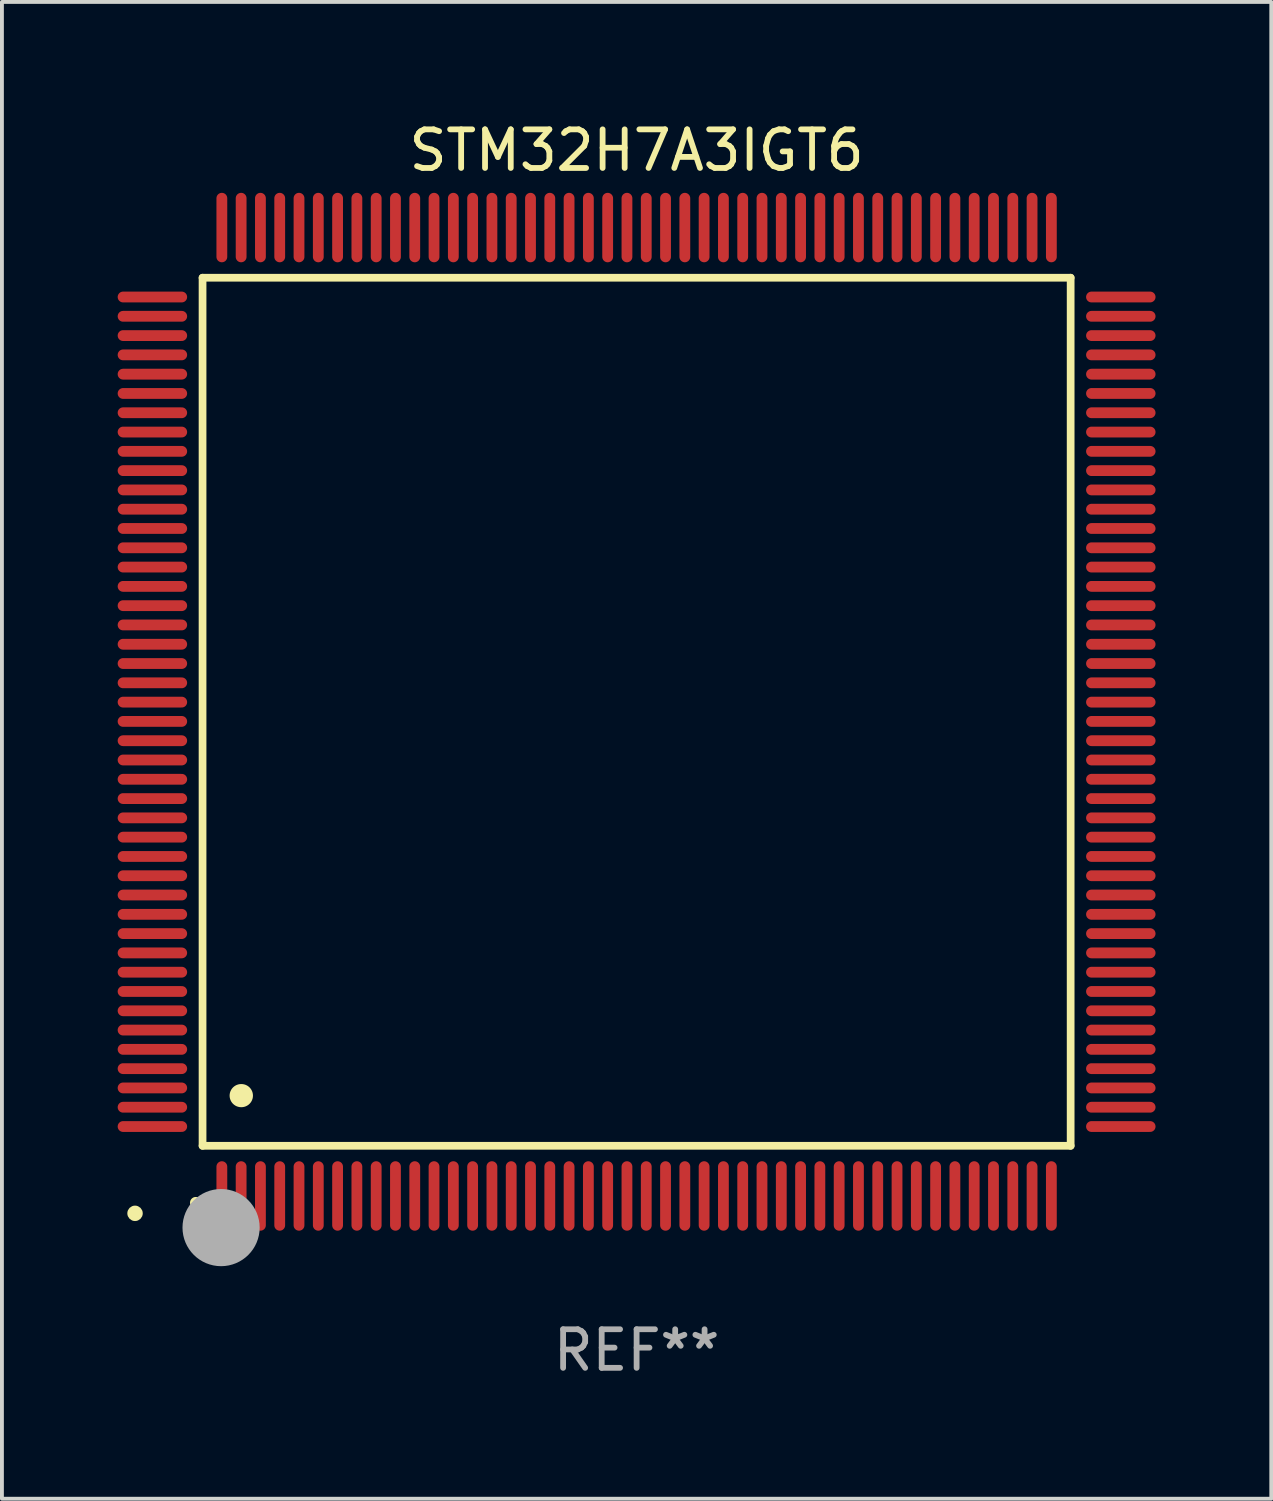
<source format=kicad_pcb>
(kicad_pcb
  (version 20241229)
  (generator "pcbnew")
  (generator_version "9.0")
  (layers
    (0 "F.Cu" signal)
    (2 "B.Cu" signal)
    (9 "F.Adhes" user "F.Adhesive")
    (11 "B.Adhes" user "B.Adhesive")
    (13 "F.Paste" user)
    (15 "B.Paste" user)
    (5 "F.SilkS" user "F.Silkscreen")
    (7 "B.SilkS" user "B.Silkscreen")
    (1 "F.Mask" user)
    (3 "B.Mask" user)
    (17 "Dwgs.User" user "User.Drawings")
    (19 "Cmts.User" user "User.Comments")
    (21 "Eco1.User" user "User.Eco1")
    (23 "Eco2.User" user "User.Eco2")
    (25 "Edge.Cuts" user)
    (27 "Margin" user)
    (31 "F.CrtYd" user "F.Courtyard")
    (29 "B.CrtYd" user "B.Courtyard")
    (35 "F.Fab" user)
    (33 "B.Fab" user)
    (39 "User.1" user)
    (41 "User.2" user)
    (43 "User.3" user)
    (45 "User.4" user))
  (footprint "STM32H7A3IGT6"
    (layer "F.Cu")
    (at 13.45 15.398)
    (property "Reference" "STM32H7A3IGT6" (at 0 -14.55 0) (layer "F.SilkS") (effects (font (size 1 1) (thickness 0.15))))
    (attr through_hole)
    (fp_line (start -11.25 -11.25) (end 11.25 -11.25) (stroke (width 0.2) (type solid)) (layer "F.SilkS"))
    (fp_line (start -11.25 11.25) (end -11.25 -11.25) (stroke (width 0.2) (type solid)) (layer "F.SilkS"))
    (fp_line (start 11.25 -11.25) (end 11.25 11.25) (stroke (width 0.2) (type solid)) (layer "F.SilkS"))
    (fp_line (start 11.25 11.25) (end -11.25 11.25) (stroke (width 0.2) (type solid)) (layer "F.SilkS"))
    (fp_arc (start -11.424943 12.725425) (mid -11.423673 12.72542) (end -11.422403 12.725425) (stroke (width 0.3) (type solid)) (layer "F.SilkS"))
    (fp_arc (start -10.24892 9.9492) (mid -10.24638 9.949189) (end -10.24384 9.9492) (stroke (width 0.6) (type solid)) (layer "F.SilkS"))
    (fp_circle (center -13 13) (end -12.9 13) (stroke (width 0.2) (type solid)) (fill no) (layer "F.SilkS"))
    (fp_circle (center -10.77 13.37) (end -10.27 13.37) (stroke (width 1) (type solid)) (fill no) (layer "F.Fab"))
    (fp_text user "REF**" (at 0 16.55 0) (layer "F.Fab") (effects (font (size 1 1) (thickness 0.15))))
    (pad "1" smd oval (at -10.75 12.55) (size 0.28 1.8) (layers "F.Cu" "F.Mask" "F.Paste"))
    (pad "2" smd oval (at -10.25 12.55) (size 0.28 1.8) (layers "F.Cu" "F.Mask" "F.Paste"))
    (pad "3" smd oval (at -9.75 12.55) (size 0.28 1.8) (layers "F.Cu" "F.Mask" "F.Paste"))
    (pad "4" smd oval (at -9.25 12.55) (size 0.28 1.8) (layers "F.Cu" "F.Mask" "F.Paste"))
    (pad "5" smd oval (at -8.75 12.55) (size 0.28 1.8) (layers "F.Cu" "F.Mask" "F.Paste"))
    (pad "6" smd oval (at -8.25 12.55) (size 0.28 1.8) (layers "F.Cu" "F.Mask" "F.Paste"))
    (pad "7" smd oval (at -7.75 12.55) (size 0.28 1.8) (layers "F.Cu" "F.Mask" "F.Paste"))
    (pad "8" smd oval (at -7.25 12.55) (size 0.28 1.8) (layers "F.Cu" "F.Mask" "F.Paste"))
    (pad "9" smd oval (at -6.75 12.55) (size 0.28 1.8) (layers "F.Cu" "F.Mask" "F.Paste"))
    (pad "10" smd oval (at -6.25 12.55) (size 0.28 1.8) (layers "F.Cu" "F.Mask" "F.Paste"))
    (pad "11" smd oval (at -5.75 12.55) (size 0.28 1.8) (layers "F.Cu" "F.Mask" "F.Paste"))
    (pad "12" smd oval (at -5.25 12.55) (size 0.28 1.8) (layers "F.Cu" "F.Mask" "F.Paste"))
    (pad "13" smd oval (at -4.75 12.55) (size 0.28 1.8) (layers "F.Cu" "F.Mask" "F.Paste"))
    (pad "14" smd oval (at -4.25 12.55) (size 0.28 1.8) (layers "F.Cu" "F.Mask" "F.Paste"))
    (pad "15" smd oval (at -3.75 12.55) (size 0.28 1.8) (layers "F.Cu" "F.Mask" "F.Paste"))
    (pad "16" smd oval (at -3.25 12.55) (size 0.28 1.8) (layers "F.Cu" "F.Mask" "F.Paste"))
    (pad "17" smd oval (at -2.75 12.55) (size 0.28 1.8) (layers "F.Cu" "F.Mask" "F.Paste"))
    (pad "18" smd oval (at -2.25 12.55) (size 0.28 1.8) (layers "F.Cu" "F.Mask" "F.Paste"))
    (pad "19" smd oval (at -1.75 12.55) (size 0.28 1.8) (layers "F.Cu" "F.Mask" "F.Paste"))
    (pad "20" smd oval (at -1.25 12.55) (size 0.28 1.8) (layers "F.Cu" "F.Mask" "F.Paste"))
    (pad "21" smd oval (at -0.75 12.55) (size 0.28 1.8) (layers "F.Cu" "F.Mask" "F.Paste"))
    (pad "22" smd oval (at -0.25 12.55) (size 0.28 1.8) (layers "F.Cu" "F.Mask" "F.Paste"))
    (pad "23" smd oval (at 0.25 12.55) (size 0.28 1.8) (layers "F.Cu" "F.Mask" "F.Paste"))
    (pad "24" smd oval (at 0.75 12.55) (size 0.28 1.8) (layers "F.Cu" "F.Mask" "F.Paste"))
    (pad "25" smd oval (at 1.25 12.55) (size 0.28 1.8) (layers "F.Cu" "F.Mask" "F.Paste"))
    (pad "26" smd oval (at 1.75 12.55) (size 0.28 1.8) (layers "F.Cu" "F.Mask" "F.Paste"))
    (pad "27" smd oval (at 2.25 12.55) (size 0.28 1.8) (layers "F.Cu" "F.Mask" "F.Paste"))
    (pad "28" smd oval (at 2.75 12.55) (size 0.28 1.8) (layers "F.Cu" "F.Mask" "F.Paste"))
    (pad "29" smd oval (at 3.25 12.55) (size 0.28 1.8) (layers "F.Cu" "F.Mask" "F.Paste"))
    (pad "30" smd oval (at 3.75 12.55) (size 0.28 1.8) (layers "F.Cu" "F.Mask" "F.Paste"))
    (pad "31" smd oval (at 4.25 12.55) (size 0.28 1.8) (layers "F.Cu" "F.Mask" "F.Paste"))
    (pad "32" smd oval (at 4.75 12.55) (size 0.28 1.8) (layers "F.Cu" "F.Mask" "F.Paste"))
    (pad "33" smd oval (at 5.25 12.55) (size 0.28 1.8) (layers "F.Cu" "F.Mask" "F.Paste"))
    (pad "34" smd oval (at 5.75 12.55) (size 0.28 1.8) (layers "F.Cu" "F.Mask" "F.Paste"))
    (pad "35" smd oval (at 6.25 12.55) (size 0.28 1.8) (layers "F.Cu" "F.Mask" "F.Paste"))
    (pad "36" smd oval (at 6.75 12.55) (size 0.28 1.8) (layers "F.Cu" "F.Mask" "F.Paste"))
    (pad "37" smd oval (at 7.25 12.55) (size 0.28 1.8) (layers "F.Cu" "F.Mask" "F.Paste"))
    (pad "38" smd oval (at 7.75 12.55) (size 0.28 1.8) (layers "F.Cu" "F.Mask" "F.Paste"))
    (pad "39" smd oval (at 8.25 12.55) (size 0.28 1.8) (layers "F.Cu" "F.Mask" "F.Paste"))
    (pad "40" smd oval (at 8.75 12.55) (size 0.28 1.8) (layers "F.Cu" "F.Mask" "F.Paste"))
    (pad "41" smd oval (at 9.25 12.55) (size 0.28 1.8) (layers "F.Cu" "F.Mask" "F.Paste"))
    (pad "42" smd oval (at 9.75 12.55) (size 0.28 1.8) (layers "F.Cu" "F.Mask" "F.Paste"))
    (pad "43" smd oval (at 10.25 12.55) (size 0.28 1.8) (layers "F.Cu" "F.Mask" "F.Paste"))
    (pad "44" smd oval (at 10.75 12.55) (size 0.28 1.8) (layers "F.Cu" "F.Mask" "F.Paste"))
    (pad "45" smd oval (at 12.55 10.75) (size 1.8 0.28) (layers "F.Cu" "F.Mask" "F.Paste"))
    (pad "46" smd oval (at 12.55 10.25) (size 1.8 0.28) (layers "F.Cu" "F.Mask" "F.Paste"))
    (pad "47" smd oval (at 12.55 9.75) (size 1.8 0.28) (layers "F.Cu" "F.Mask" "F.Paste"))
    (pad "48" smd oval (at 12.55 9.25) (size 1.8 0.28) (layers "F.Cu" "F.Mask" "F.Paste"))
    (pad "49" smd oval (at 12.55 8.75) (size 1.8 0.28) (layers "F.Cu" "F.Mask" "F.Paste"))
    (pad "50" smd oval (at 12.55 8.25) (size 1.8 0.28) (layers "F.Cu" "F.Mask" "F.Paste"))
    (pad "51" smd oval (at 12.55 7.75) (size 1.8 0.28) (layers "F.Cu" "F.Mask" "F.Paste"))
    (pad "52" smd oval (at 12.55 7.25) (size 1.8 0.28) (layers "F.Cu" "F.Mask" "F.Paste"))
    (pad "53" smd oval (at 12.55 6.75) (size 1.8 0.28) (layers "F.Cu" "F.Mask" "F.Paste"))
    (pad "54" smd oval (at 12.55 6.25) (size 1.8 0.28) (layers "F.Cu" "F.Mask" "F.Paste"))
    (pad "55" smd oval (at 12.55 5.75) (size 1.8 0.28) (layers "F.Cu" "F.Mask" "F.Paste"))
    (pad "56" smd oval (at 12.55 5.25) (size 1.8 0.28) (layers "F.Cu" "F.Mask" "F.Paste"))
    (pad "57" smd oval (at 12.55 4.75) (size 1.8 0.28) (layers "F.Cu" "F.Mask" "F.Paste"))
    (pad "58" smd oval (at 12.55 4.25) (size 1.8 0.28) (layers "F.Cu" "F.Mask" "F.Paste"))
    (pad "59" smd oval (at 12.55 3.75) (size 1.8 0.28) (layers "F.Cu" "F.Mask" "F.Paste"))
    (pad "60" smd oval (at 12.55 3.25) (size 1.8 0.28) (layers "F.Cu" "F.Mask" "F.Paste"))
    (pad "61" smd oval (at 12.55 2.75) (size 1.8 0.28) (layers "F.Cu" "F.Mask" "F.Paste"))
    (pad "62" smd oval (at 12.55 2.25) (size 1.8 0.28) (layers "F.Cu" "F.Mask" "F.Paste"))
    (pad "63" smd oval (at 12.55 1.75) (size 1.8 0.28) (layers "F.Cu" "F.Mask" "F.Paste"))
    (pad "64" smd oval (at 12.55 1.25) (size 1.8 0.28) (layers "F.Cu" "F.Mask" "F.Paste"))
    (pad "65" smd oval (at 12.55 0.75) (size 1.8 0.28) (layers "F.Cu" "F.Mask" "F.Paste"))
    (pad "66" smd oval (at 12.55 0.25) (size 1.8 0.28) (layers "F.Cu" "F.Mask" "F.Paste"))
    (pad "67" smd oval (at 12.55 -0.25) (size 1.8 0.28) (layers "F.Cu" "F.Mask" "F.Paste"))
    (pad "68" smd oval (at 12.55 -0.75) (size 1.8 0.28) (layers "F.Cu" "F.Mask" "F.Paste"))
    (pad "69" smd oval (at 12.55 -1.25) (size 1.8 0.28) (layers "F.Cu" "F.Mask" "F.Paste"))
    (pad "70" smd oval (at 12.55 -1.75) (size 1.8 0.28) (layers "F.Cu" "F.Mask" "F.Paste"))
    (pad "71" smd oval (at 12.55 -2.25) (size 1.8 0.28) (layers "F.Cu" "F.Mask" "F.Paste"))
    (pad "72" smd oval (at 12.55 -2.75) (size 1.8 0.28) (layers "F.Cu" "F.Mask" "F.Paste"))
    (pad "73" smd oval (at 12.55 -3.25) (size 1.8 0.28) (layers "F.Cu" "F.Mask" "F.Paste"))
    (pad "74" smd oval (at 12.55 -3.75) (size 1.8 0.28) (layers "F.Cu" "F.Mask" "F.Paste"))
    (pad "75" smd oval (at 12.55 -4.25) (size 1.8 0.28) (layers "F.Cu" "F.Mask" "F.Paste"))
    (pad "76" smd oval (at 12.55 -4.75) (size 1.8 0.28) (layers "F.Cu" "F.Mask" "F.Paste"))
    (pad "77" smd oval (at 12.55 -5.25) (size 1.8 0.28) (layers "F.Cu" "F.Mask" "F.Paste"))
    (pad "78" smd oval (at 12.55 -5.75) (size 1.8 0.28) (layers "F.Cu" "F.Mask" "F.Paste"))
    (pad "79" smd oval (at 12.55 -6.25) (size 1.8 0.28) (layers "F.Cu" "F.Mask" "F.Paste"))
    (pad "80" smd oval (at 12.55 -6.75) (size 1.8 0.28) (layers "F.Cu" "F.Mask" "F.Paste"))
    (pad "81" smd oval (at 12.55 -7.25) (size 1.8 0.28) (layers "F.Cu" "F.Mask" "F.Paste"))
    (pad "82" smd oval (at 12.55 -7.75) (size 1.8 0.28) (layers "F.Cu" "F.Mask" "F.Paste"))
    (pad "83" smd oval (at 12.55 -8.25) (size 1.8 0.28) (layers "F.Cu" "F.Mask" "F.Paste"))
    (pad "84" smd oval (at 12.55 -8.75) (size 1.8 0.28) (layers "F.Cu" "F.Mask" "F.Paste"))
    (pad "85" smd oval (at 12.55 -9.25) (size 1.8 0.28) (layers "F.Cu" "F.Mask" "F.Paste"))
    (pad "86" smd oval (at 12.55 -9.75) (size 1.8 0.28) (layers "F.Cu" "F.Mask" "F.Paste"))
    (pad "87" smd oval (at 12.55 -10.25) (size 1.8 0.28) (layers "F.Cu" "F.Mask" "F.Paste"))
    (pad "88" smd oval (at 12.55 -10.75) (size 1.8 0.28) (layers "F.Cu" "F.Mask" "F.Paste"))
    (pad "89" smd oval (at 10.75 -12.55) (size 0.28 1.8) (layers "F.Cu" "F.Mask" "F.Paste"))
    (pad "90" smd oval (at 10.25 -12.55) (size 0.28 1.8) (layers "F.Cu" "F.Mask" "F.Paste"))
    (pad "91" smd oval (at 9.75 -12.55) (size 0.28 1.8) (layers "F.Cu" "F.Mask" "F.Paste"))
    (pad "92" smd oval (at 9.25 -12.55) (size 0.28 1.8) (layers "F.Cu" "F.Mask" "F.Paste"))
    (pad "93" smd oval (at 8.75 -12.55) (size 0.28 1.8) (layers "F.Cu" "F.Mask" "F.Paste"))
    (pad "94" smd oval (at 8.25 -12.55) (size 0.28 1.8) (layers "F.Cu" "F.Mask" "F.Paste"))
    (pad "95" smd oval (at 7.75 -12.55) (size 0.28 1.8) (layers "F.Cu" "F.Mask" "F.Paste"))
    (pad "96" smd oval (at 7.25 -12.55) (size 0.28 1.8) (layers "F.Cu" "F.Mask" "F.Paste"))
    (pad "97" smd oval (at 6.75 -12.55) (size 0.28 1.8) (layers "F.Cu" "F.Mask" "F.Paste"))
    (pad "98" smd oval (at 6.25 -12.55) (size 0.28 1.8) (layers "F.Cu" "F.Mask" "F.Paste"))
    (pad "99" smd oval (at 5.75 -12.55) (size 0.28 1.8) (layers "F.Cu" "F.Mask" "F.Paste"))
    (pad "100" smd oval (at 5.25 -12.55) (size 0.28 1.8) (layers "F.Cu" "F.Mask" "F.Paste"))
    (pad "101" smd oval (at 4.75 -12.55) (size 0.28 1.8) (layers "F.Cu" "F.Mask" "F.Paste"))
    (pad "102" smd oval (at 4.25 -12.55) (size 0.28 1.8) (layers "F.Cu" "F.Mask" "F.Paste"))
    (pad "103" smd oval (at 3.75 -12.55) (size 0.28 1.8) (layers "F.Cu" "F.Mask" "F.Paste"))
    (pad "104" smd oval (at 3.25 -12.55) (size 0.28 1.8) (layers "F.Cu" "F.Mask" "F.Paste"))
    (pad "105" smd oval (at 2.75 -12.55) (size 0.28 1.8) (layers "F.Cu" "F.Mask" "F.Paste"))
    (pad "106" smd oval (at 2.25 -12.55) (size 0.28 1.8) (layers "F.Cu" "F.Mask" "F.Paste"))
    (pad "107" smd oval (at 1.75 -12.55) (size 0.28 1.8) (layers "F.Cu" "F.Mask" "F.Paste"))
    (pad "108" smd oval (at 1.25 -12.55) (size 0.28 1.8) (layers "F.Cu" "F.Mask" "F.Paste"))
    (pad "109" smd oval (at 0.75 -12.55) (size 0.28 1.8) (layers "F.Cu" "F.Mask" "F.Paste"))
    (pad "110" smd oval (at 0.25 -12.55) (size 0.28 1.8) (layers "F.Cu" "F.Mask" "F.Paste"))
    (pad "111" smd oval (at -0.25 -12.55) (size 0.28 1.8) (layers "F.Cu" "F.Mask" "F.Paste"))
    (pad "112" smd oval (at -0.75 -12.55) (size 0.28 1.8) (layers "F.Cu" "F.Mask" "F.Paste"))
    (pad "113" smd oval (at -1.25 -12.55) (size 0.28 1.8) (layers "F.Cu" "F.Mask" "F.Paste"))
    (pad "114" smd oval (at -1.75 -12.55) (size 0.28 1.8) (layers "F.Cu" "F.Mask" "F.Paste"))
    (pad "115" smd oval (at -2.25 -12.55) (size 0.28 1.8) (layers "F.Cu" "F.Mask" "F.Paste"))
    (pad "116" smd oval (at -2.75 -12.55) (size 0.28 1.8) (layers "F.Cu" "F.Mask" "F.Paste"))
    (pad "117" smd oval (at -3.25 -12.55) (size 0.28 1.8) (layers "F.Cu" "F.Mask" "F.Paste"))
    (pad "118" smd oval (at -3.75 -12.55) (size 0.28 1.8) (layers "F.Cu" "F.Mask" "F.Paste"))
    (pad "119" smd oval (at -4.25 -12.55) (size 0.28 1.8) (layers "F.Cu" "F.Mask" "F.Paste"))
    (pad "120" smd oval (at -4.75 -12.55) (size 0.28 1.8) (layers "F.Cu" "F.Mask" "F.Paste"))
    (pad "121" smd oval (at -5.25 -12.55) (size 0.28 1.8) (layers "F.Cu" "F.Mask" "F.Paste"))
    (pad "122" smd oval (at -5.75 -12.55) (size 0.28 1.8) (layers "F.Cu" "F.Mask" "F.Paste"))
    (pad "123" smd oval (at -6.25 -12.55) (size 0.28 1.8) (layers "F.Cu" "F.Mask" "F.Paste"))
    (pad "124" smd oval (at -6.75 -12.55) (size 0.28 1.8) (layers "F.Cu" "F.Mask" "F.Paste"))
    (pad "125" smd oval (at -7.25 -12.55) (size 0.28 1.8) (layers "F.Cu" "F.Mask" "F.Paste"))
    (pad "126" smd oval (at -7.75 -12.55) (size 0.28 1.8) (layers "F.Cu" "F.Mask" "F.Paste"))
    (pad "127" smd oval (at -8.25 -12.55) (size 0.28 1.8) (layers "F.Cu" "F.Mask" "F.Paste"))
    (pad "128" smd oval (at -8.75 -12.55) (size 0.28 1.8) (layers "F.Cu" "F.Mask" "F.Paste"))
    (pad "129" smd oval (at -9.25 -12.55) (size 0.28 1.8) (layers "F.Cu" "F.Mask" "F.Paste"))
    (pad "130" smd oval (at -9.75 -12.55) (size 0.28 1.8) (layers "F.Cu" "F.Mask" "F.Paste"))
    (pad "131" smd oval (at -10.25 -12.55) (size 0.28 1.8) (layers "F.Cu" "F.Mask" "F.Paste"))
    (pad "132" smd oval (at -10.75 -12.55) (size 0.28 1.8) (layers "F.Cu" "F.Mask" "F.Paste"))
    (pad "133" smd oval (at -12.55 -10.75) (size 1.8 0.28) (layers "F.Cu" "F.Mask" "F.Paste"))
    (pad "134" smd oval (at -12.55 -10.25) (size 1.8 0.28) (layers "F.Cu" "F.Mask" "F.Paste"))
    (pad "135" smd oval (at -12.55 -9.75) (size 1.8 0.28) (layers "F.Cu" "F.Mask" "F.Paste"))
    (pad "136" smd oval (at -12.55 -9.25) (size 1.8 0.28) (layers "F.Cu" "F.Mask" "F.Paste"))
    (pad "137" smd oval (at -12.55 -8.75) (size 1.8 0.28) (layers "F.Cu" "F.Mask" "F.Paste"))
    (pad "138" smd oval (at -12.55 -8.25) (size 1.8 0.28) (layers "F.Cu" "F.Mask" "F.Paste"))
    (pad "139" smd oval (at -12.55 -7.75) (size 1.8 0.28) (layers "F.Cu" "F.Mask" "F.Paste"))
    (pad "140" smd oval (at -12.55 -7.25) (size 1.8 0.28) (layers "F.Cu" "F.Mask" "F.Paste"))
    (pad "141" smd oval (at -12.55 -6.75) (size 1.8 0.28) (layers "F.Cu" "F.Mask" "F.Paste"))
    (pad "142" smd oval (at -12.55 -6.25) (size 1.8 0.28) (layers "F.Cu" "F.Mask" "F.Paste"))
    (pad "143" smd oval (at -12.55 -5.75) (size 1.8 0.28) (layers "F.Cu" "F.Mask" "F.Paste"))
    (pad "144" smd oval (at -12.55 -5.25) (size 1.8 0.28) (layers "F.Cu" "F.Mask" "F.Paste"))
    (pad "145" smd oval (at -12.55 -4.75) (size 1.8 0.28) (layers "F.Cu" "F.Mask" "F.Paste"))
    (pad "146" smd oval (at -12.55 -4.25) (size 1.8 0.28) (layers "F.Cu" "F.Mask" "F.Paste"))
    (pad "147" smd oval (at -12.55 -3.75) (size 1.8 0.28) (layers "F.Cu" "F.Mask" "F.Paste"))
    (pad "148" smd oval (at -12.55 -3.25) (size 1.8 0.28) (layers "F.Cu" "F.Mask" "F.Paste"))
    (pad "149" smd oval (at -12.55 -2.75) (size 1.8 0.28) (layers "F.Cu" "F.Mask" "F.Paste"))
    (pad "150" smd oval (at -12.55 -2.25) (size 1.8 0.28) (layers "F.Cu" "F.Mask" "F.Paste"))
    (pad "151" smd oval (at -12.55 -1.75) (size 1.8 0.28) (layers "F.Cu" "F.Mask" "F.Paste"))
    (pad "152" smd oval (at -12.55 -1.25) (size 1.8 0.28) (layers "F.Cu" "F.Mask" "F.Paste"))
    (pad "153" smd oval (at -12.55 -0.75) (size 1.8 0.28) (layers "F.Cu" "F.Mask" "F.Paste"))
    (pad "154" smd oval (at -12.55 -0.25) (size 1.8 0.28) (layers "F.Cu" "F.Mask" "F.Paste"))
    (pad "155" smd oval (at -12.55 0.25) (size 1.8 0.28) (layers "F.Cu" "F.Mask" "F.Paste"))
    (pad "156" smd oval (at -12.55 0.75) (size 1.8 0.28) (layers "F.Cu" "F.Mask" "F.Paste"))
    (pad "157" smd oval (at -12.55 1.25) (size 1.8 0.28) (layers "F.Cu" "F.Mask" "F.Paste"))
    (pad "158" smd oval (at -12.55 1.75) (size 1.8 0.28) (layers "F.Cu" "F.Mask" "F.Paste"))
    (pad "159" smd oval (at -12.55 2.25) (size 1.8 0.28) (layers "F.Cu" "F.Mask" "F.Paste"))
    (pad "160" smd oval (at -12.55 2.75) (size 1.8 0.28) (layers "F.Cu" "F.Mask" "F.Paste"))
    (pad "161" smd oval (at -12.55 3.25) (size 1.8 0.28) (layers "F.Cu" "F.Mask" "F.Paste"))
    (pad "162" smd oval (at -12.55 3.75) (size 1.8 0.28) (layers "F.Cu" "F.Mask" "F.Paste"))
    (pad "163" smd oval (at -12.55 4.25) (size 1.8 0.28) (layers "F.Cu" "F.Mask" "F.Paste"))
    (pad "164" smd oval (at -12.55 4.75) (size 1.8 0.28) (layers "F.Cu" "F.Mask" "F.Paste"))
    (pad "165" smd oval (at -12.55 5.25) (size 1.8 0.28) (layers "F.Cu" "F.Mask" "F.Paste"))
    (pad "166" smd oval (at -12.55 5.75) (size 1.8 0.28) (layers "F.Cu" "F.Mask" "F.Paste"))
    (pad "167" smd oval (at -12.55 6.25) (size 1.8 0.28) (layers "F.Cu" "F.Mask" "F.Paste"))
    (pad "168" smd oval (at -12.55 6.75) (size 1.8 0.28) (layers "F.Cu" "F.Mask" "F.Paste"))
    (pad "169" smd oval (at -12.55 7.25) (size 1.8 0.28) (layers "F.Cu" "F.Mask" "F.Paste"))
    (pad "170" smd oval (at -12.55 7.75) (size 1.8 0.28) (layers "F.Cu" "F.Mask" "F.Paste"))
    (pad "171" smd oval (at -12.55 8.25) (size 1.8 0.28) (layers "F.Cu" "F.Mask" "F.Paste"))
    (pad "172" smd oval (at -12.55 8.75) (size 1.8 0.28) (layers "F.Cu" "F.Mask" "F.Paste"))
    (pad "173" smd oval (at -12.55 9.25) (size 1.8 0.28) (layers "F.Cu" "F.Mask" "F.Paste"))
    (pad "174" smd oval (at -12.55 9.75) (size 1.8 0.28) (layers "F.Cu" "F.Mask" "F.Paste"))
    (pad "175" smd oval (at -12.55 10.25) (size 1.8 0.28) (layers "F.Cu" "F.Mask" "F.Paste"))
    (pad "176" smd oval (at -12.55 10.75) (size 1.8 0.28) (layers "F.Cu" "F.Mask" "F.Paste")))
  (gr_rect
    (start -3 -3)
    (end 29.9 35.796)
    (stroke (width 0.1) (type default))
    (fill no)
    (layer "Edge.Cuts")))
</source>
